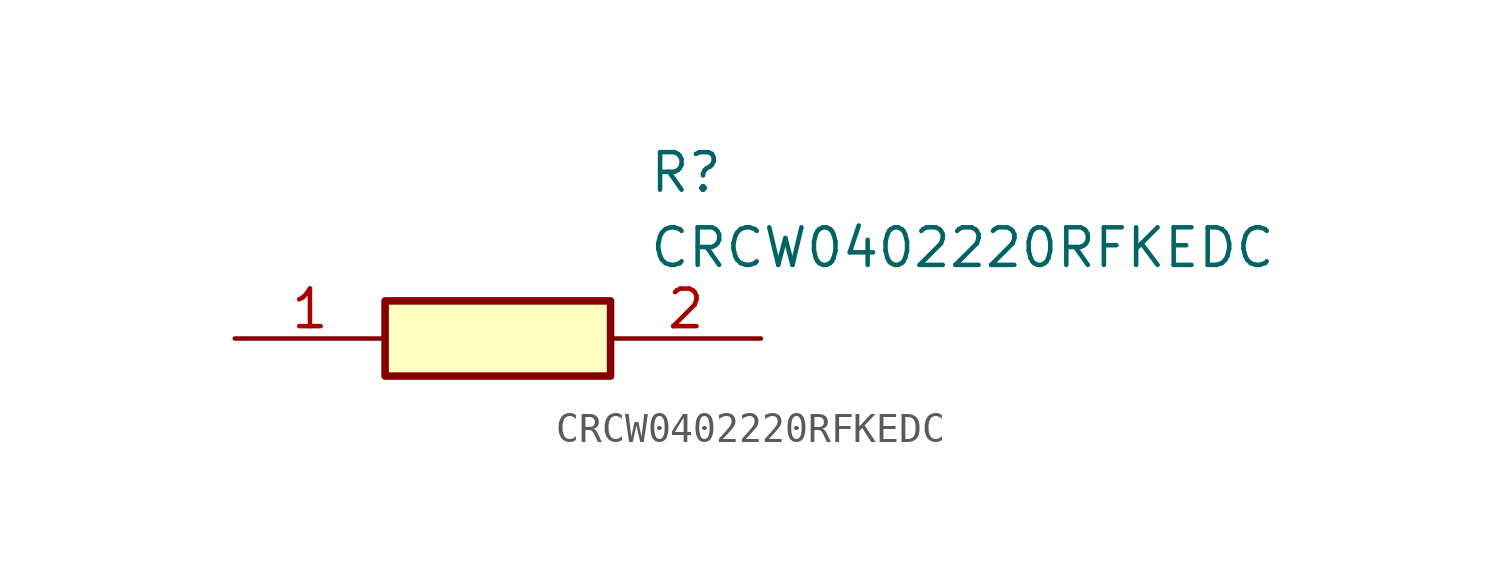
<source format=kicad_sym>
(kicad_symbol_lib
  (version 20211014)
  (generator SamacSys_ECAD_Model)
  (symbol "CRCW0402220RFKEDC"
    (pin_names hide)
    (property "Reference" "R"
      (at 13.97 6.35 0)
      (effects (font (size 1.27 1.27)) (justify left top)))
    (property "Value" "CRCW0402220RFKEDC"
      (at 13.97 3.81 0)
      (effects (font (size 1.27 1.27)) (justify left top)))
    (rectangle
      (start 5.08 1.27)
      (end 12.7 -1.27)
      (stroke (width 0.254) (type default))
      (fill (type background)))
    (pin passive line
      (at 0 0 0)
      (length 5.08)
      (name "1" (effects (font (size 1.27 1.27))))
      (number "1" (effects (font (size 1.27 1.27)))))
    (pin passive line
      (at 17.78 0 180)
      (length 5.08)
      (name "2" (effects (font (size 1.27 1.27))))
      (number "2" (effects (font (size 1.27 1.27)))))))
</source>
